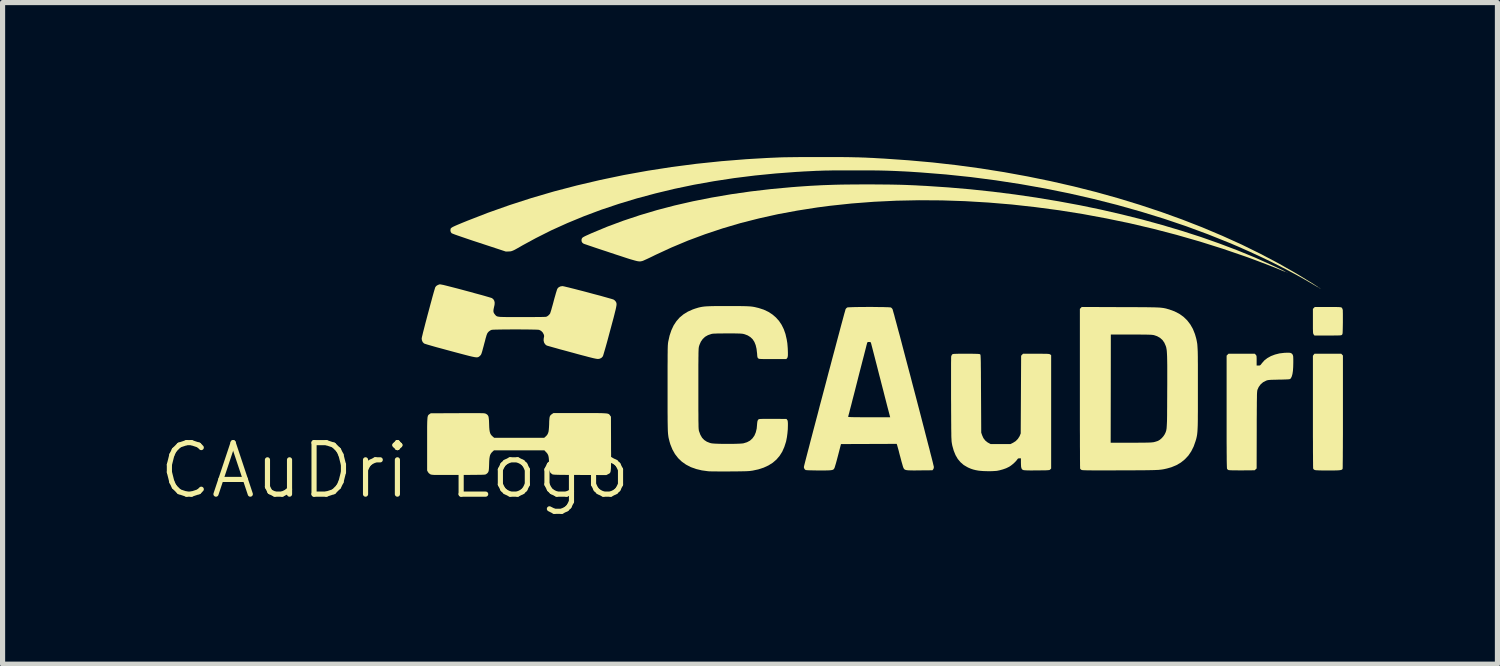
<source format=kicad_pcb>
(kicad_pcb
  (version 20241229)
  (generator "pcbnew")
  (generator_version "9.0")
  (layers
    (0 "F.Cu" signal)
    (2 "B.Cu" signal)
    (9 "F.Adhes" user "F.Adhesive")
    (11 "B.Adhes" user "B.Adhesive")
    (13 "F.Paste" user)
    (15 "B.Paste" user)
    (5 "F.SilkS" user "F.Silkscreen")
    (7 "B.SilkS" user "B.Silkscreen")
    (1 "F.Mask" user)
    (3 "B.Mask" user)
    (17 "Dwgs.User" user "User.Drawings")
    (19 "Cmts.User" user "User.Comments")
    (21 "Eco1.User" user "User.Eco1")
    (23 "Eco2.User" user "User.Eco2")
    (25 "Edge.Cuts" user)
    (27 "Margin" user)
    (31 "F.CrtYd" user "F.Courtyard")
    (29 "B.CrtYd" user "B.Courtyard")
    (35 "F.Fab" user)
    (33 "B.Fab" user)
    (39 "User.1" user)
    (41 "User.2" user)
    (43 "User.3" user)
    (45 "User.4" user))
  (footprint "CAuDri Logo"
    (layer "F.Cu")
    (at 4.621 6.59)
    (property "Reference" "CAuDri Logo" (at 0 -0.5 0) (unlocked yes) (layer "F.SilkS") (effects (font (size 1 1) (thickness 0.1))))
    (fp_poly (pts (xy 17.319 -4.353) (xy 17.316 -4.349) (xy 17.312 -4.353) (xy 17.316 -4.357)) (stroke (width 0) (type solid)) (fill yes) (layer "F.SilkS"))
    (fp_poly (pts (xy 17.334 -4.345) (xy 17.33 -4.342) (xy 17.327 -4.345) (xy 17.33 -4.349)) (stroke (width 0) (type solid)) (fill yes) (layer "F.SilkS"))
    (fp_poly (pts (xy 17.977 -4.035) (xy 17.973 -4.032) (xy 17.969 -4.035) (xy 17.973 -4.039)) (stroke (width 0) (type solid)) (fill yes) (layer "F.SilkS"))
    (fp_poly (pts (xy 17.953 -4.051) (xy 17.961 -4.044) (xy 17.962 -4.042) (xy 17.958 -4.039) (xy 17.951 -4.046) (xy 17.95 -4.048) (xy 17.949 -4.053)) (stroke (width 0) (type solid)) (fill yes) (layer "F.SilkS"))
    (fp_poly (pts (xy 18.188 -3.677) (xy 18.243 -3.677) (xy 18.287 -3.677) (xy 18.32 -3.676) (xy 18.344 -3.675) (xy 18.362 -3.673) (xy 18.374 -3.671) (xy 18.381 -3.669) (xy 18.387 -3.665) (xy 18.39 -3.663) (xy 18.401 -3.645) (xy 18.408 -3.624) (xy 18.41 -3.611) (xy 18.41 -3.585) (xy 18.411 -3.548) (xy 18.411 -3.503) (xy 18.411 -3.451) (xy 18.411 -3.395) (xy 18.411 -3.377) (xy 18.41 -3.314) (xy 18.409 -3.263) (xy 18.408 -3.224) (xy 18.407 -3.195) (xy 18.406 -3.174) (xy 18.404 -3.159) (xy 18.401 -3.15) (xy 18.398 -3.143) (xy 18.394 -3.139) (xy 18.39 -3.135) (xy 18.385 -3.132) (xy 18.377 -3.129) (xy 18.366 -3.127) (xy 18.349 -3.126) (xy 18.324 -3.125) (xy 18.291 -3.124) (xy 18.248 -3.124) (xy 18.194 -3.123) (xy 18.126 -3.123) (xy 18.12 -3.123) (xy 17.859 -3.123) (xy 17.844 -3.143) (xy 17.84 -3.149) (xy 17.837 -3.156) (xy 17.834 -3.165) (xy 17.832 -3.179) (xy 17.831 -3.198) (xy 17.83 -3.225) (xy 17.829 -3.261) (xy 17.829 -3.308) (xy 17.829 -3.367) (xy 17.829 -3.402) (xy 17.829 -3.641) (xy 17.847 -3.659) (xy 17.865 -3.677) (xy 18.12 -3.677)) (stroke (width 0) (type solid)) (fill yes) (layer "F.SilkS"))
    (fp_poly (pts (xy 18.396 -2.752) (xy 18.412 -2.735) (xy 18.412 -1.64) (xy 18.412 -1.479) (xy 18.412 -1.33) (xy 18.412 -1.193) (xy 18.411 -1.067) (xy 18.411 -0.955) (xy 18.41 -0.855) (xy 18.41 -0.767) (xy 18.409 -0.694) (xy 18.408 -0.633) (xy 18.408 -0.587) (xy 18.407 -0.554) (xy 18.406 -0.536) (xy 18.405 -0.532) (xy 18.399 -0.524) (xy 18.391 -0.518) (xy 18.379 -0.513) (xy 18.36 -0.509) (xy 18.335 -0.506) (xy 18.301 -0.504) (xy 18.257 -0.503) (xy 18.201 -0.503) (xy 18.133 -0.502) (xy 18.118 -0.502) (xy 18.048 -0.503) (xy 17.991 -0.503) (xy 17.947 -0.504) (xy 17.913 -0.506) (xy 17.888 -0.507) (xy 17.871 -0.51) (xy 17.861 -0.513) (xy 17.843 -0.525) (xy 17.834 -0.54) (xy 17.833 -0.549) (xy 17.833 -0.573) (xy 17.832 -0.609) (xy 17.832 -0.658) (xy 17.831 -0.718) (xy 17.831 -0.788) (xy 17.83 -0.869) (xy 17.83 -0.958) (xy 17.83 -1.055) (xy 17.829 -1.16) (xy 17.829 -1.271) (xy 17.829 -1.388) (xy 17.829 -1.51) (xy 17.829 -1.635) (xy 17.829 -1.644) (xy 17.829 -2.73) (xy 17.844 -2.75) (xy 17.859 -2.769) (xy 18.12 -2.769) (xy 18.38 -2.769)) (stroke (width 0) (type solid)) (fill yes) (layer "F.SilkS"))
    (fp_poly (pts (xy 17.37 -2.789) (xy 17.395 -2.785) (xy 17.412 -2.777) (xy 17.425 -2.766) (xy 17.434 -2.754) (xy 17.439 -2.743) (xy 17.443 -2.731) (xy 17.446 -2.716) (xy 17.447 -2.694) (xy 17.448 -2.663) (xy 17.448 -2.622) (xy 17.448 -2.599) (xy 17.446 -2.511) (xy 17.441 -2.437) (xy 17.432 -2.377) (xy 17.419 -2.33) (xy 17.403 -2.297) (xy 17.39 -2.282) (xy 17.383 -2.278) (xy 17.372 -2.275) (xy 17.354 -2.273) (xy 17.327 -2.271) (xy 17.291 -2.27) (xy 17.244 -2.268) (xy 17.184 -2.267) (xy 17.169 -2.267) (xy 17.107 -2.265) (xy 17.058 -2.264) (xy 17.021 -2.263) (xy 16.991 -2.261) (xy 16.969 -2.259) (xy 16.952 -2.256) (xy 16.938 -2.253) (xy 16.925 -2.248) (xy 16.92 -2.246) (xy 16.861 -2.216) (xy 16.813 -2.174) (xy 16.776 -2.123) (xy 16.753 -2.072) (xy 16.751 -2.065) (xy 16.749 -2.056) (xy 16.747 -2.045) (xy 16.746 -2.03) (xy 16.744 -2.011) (xy 16.743 -1.986) (xy 16.742 -1.956) (xy 16.742 -1.919) (xy 16.741 -1.873) (xy 16.74 -1.819) (xy 16.74 -1.756) (xy 16.739 -1.681) (xy 16.739 -1.596) (xy 16.738 -1.498) (xy 16.738 -1.387) (xy 16.738 -1.288) (xy 16.736 -0.541) (xy 16.717 -0.524) (xy 16.698 -0.506) (xy 16.453 -0.504) (xy 16.387 -0.504) (xy 16.327 -0.505) (xy 16.277 -0.505) (xy 16.236 -0.506) (xy 16.207 -0.508) (xy 16.191 -0.51) (xy 16.189 -0.51) (xy 16.171 -0.522) (xy 16.161 -0.536) (xy 16.16 -0.543) (xy 16.159 -0.558) (xy 16.158 -0.583) (xy 16.157 -0.617) (xy 16.156 -0.661) (xy 16.155 -0.715) (xy 16.155 -0.78) (xy 16.154 -0.856) (xy 16.154 -0.945) (xy 16.153 -1.045) (xy 16.153 -1.158) (xy 16.153 -1.285) (xy 16.153 -1.425) (xy 16.153 -1.579) (xy 16.153 -1.644) (xy 16.153 -2.733) (xy 16.171 -2.751) (xy 16.189 -2.769) (xy 16.444 -2.769) (xy 16.7 -2.769) (xy 16.718 -2.751) (xy 16.725 -2.743) (xy 16.73 -2.734) (xy 16.734 -2.722) (xy 16.735 -2.703) (xy 16.736 -2.675) (xy 16.736 -2.636) (xy 16.736 -2.54) (xy 16.771 -2.541) (xy 16.79 -2.541) (xy 16.803 -2.545) (xy 16.814 -2.554) (xy 16.828 -2.571) (xy 16.837 -2.584) (xy 16.885 -2.639) (xy 16.944 -2.685) (xy 17.014 -2.724) (xy 17.093 -2.754) (xy 17.18 -2.776) (xy 17.274 -2.787) (xy 17.288 -2.788) (xy 17.335 -2.789)) (stroke (width 0) (type solid)) (fill yes) (layer "F.SilkS"))
    (fp_poly (pts (xy 9.301 -6.058) (xy 9.422 -6.057) (xy 9.533 -6.056) (xy 9.636 -6.055) (xy 9.733 -6.053) (xy 9.827 -6.051) (xy 9.92 -6.048) (xy 10.014 -6.044) (xy 10.111 -6.04) (xy 10.214 -6.034) (xy 10.316 -6.029) (xy 10.749 -6) (xy 11.181 -5.963) (xy 11.612 -5.917) (xy 12.04 -5.863) (xy 12.465 -5.801) (xy 12.885 -5.731) (xy 13.301 -5.654) (xy 13.711 -5.569) (xy 14.115 -5.476) (xy 14.512 -5.377) (xy 14.901 -5.27) (xy 15.281 -5.157) (xy 15.651 -5.038) (xy 16.011 -4.911) (xy 16.36 -4.779) (xy 16.697 -4.641) (xy 17.021 -4.496) (xy 17.083 -4.467) (xy 17.149 -4.436) (xy 17.203 -4.41) (xy 17.246 -4.389) (xy 17.277 -4.373) (xy 17.295 -4.363) (xy 17.302 -4.358) (xy 17.296 -4.359) (xy 17.277 -4.366) (xy 17.245 -4.378) (xy 17.2 -4.397) (xy 17.198 -4.398) (xy 17.142 -4.421) (xy 17.075 -4.448) (xy 17 -4.477) (xy 16.918 -4.509) (xy 16.833 -4.541) (xy 16.747 -4.574) (xy 16.663 -4.605) (xy 16.583 -4.635) (xy 16.518 -4.658) (xy 16.077 -4.809) (xy 15.632 -4.949) (xy 15.183 -5.078) (xy 14.73 -5.196) (xy 14.275 -5.303) (xy 13.817 -5.398) (xy 13.359 -5.483) (xy 12.9 -5.556) (xy 12.441 -5.617) (xy 11.983 -5.668) (xy 11.528 -5.706) (xy 11.074 -5.733) (xy 10.624 -5.748) (xy 10.178 -5.751) (xy 9.737 -5.742) (xy 9.301 -5.721) (xy 8.871 -5.688) (xy 8.449 -5.643) (xy 8.204 -5.611) (xy 7.816 -5.55) (xy 7.438 -5.48) (xy 7.07 -5.398) (xy 6.712 -5.307) (xy 6.363 -5.204) (xy 6.024 -5.091) (xy 5.693 -4.968) (xy 5.371 -4.833) (xy 5.057 -4.688) (xy 5.029 -4.674) (xy 4.978 -4.649) (xy 4.93 -4.626) (xy 4.887 -4.606) (xy 4.851 -4.59) (xy 4.825 -4.578) (xy 4.808 -4.572) (xy 4.807 -4.571) (xy 4.793 -4.568) (xy 4.779 -4.565) (xy 4.766 -4.563) (xy 4.75 -4.563) (xy 4.733 -4.564) (xy 4.712 -4.567) (xy 4.686 -4.573) (xy 4.655 -4.581) (xy 4.617 -4.592) (xy 4.571 -4.605) (xy 4.517 -4.622) (xy 4.453 -4.643) (xy 4.378 -4.668) (xy 4.291 -4.696) (xy 4.192 -4.729) (xy 4.189 -4.73) (xy 4.106 -4.758) (xy 4.026 -4.784) (xy 3.951 -4.809) (xy 3.882 -4.832) (xy 3.821 -4.853) (xy 3.767 -4.871) (xy 3.724 -4.886) (xy 3.691 -4.897) (xy 3.67 -4.905) (xy 3.662 -4.908) (xy 3.639 -4.926) (xy 3.625 -4.953) (xy 3.623 -4.984) (xy 3.631 -5.009) (xy 3.636 -5.017) (xy 3.645 -5.026) (xy 3.66 -5.036) (xy 3.682 -5.048) (xy 3.713 -5.063) (xy 3.753 -5.081) (xy 3.806 -5.105) (xy 3.829 -5.115) (xy 4.127 -5.239) (xy 4.437 -5.354) (xy 4.758 -5.461) (xy 5.091 -5.56) (xy 5.435 -5.65) (xy 5.789 -5.731) (xy 6.153 -5.803) (xy 6.528 -5.867) (xy 6.912 -5.922) (xy 7.305 -5.968) (xy 7.708 -6.005) (xy 7.824 -6.014) (xy 7.951 -6.023) (xy 8.071 -6.031) (xy 8.186 -6.037) (xy 8.298 -6.043) (xy 8.41 -6.047) (xy 8.524 -6.051) (xy 8.641 -6.054) (xy 8.765 -6.056) (xy 8.898 -6.057) (xy 9.041 -6.058) (xy 9.168 -6.058)) (stroke (width 0) (type solid)) (fill yes) (layer "F.SilkS"))
    (fp_poly (pts (xy 12.522 -2.769) (xy 12.578 -2.769) (xy 12.621 -2.768) (xy 12.655 -2.768) (xy 12.68 -2.767) (xy 12.698 -2.765) (xy 12.71 -2.763) (xy 12.719 -2.76) (xy 12.725 -2.757) (xy 12.728 -2.755) (xy 12.745 -2.741) (xy 12.745 -1.64) (xy 12.745 -0.54) (xy 12.728 -0.523) (xy 12.723 -0.518) (xy 12.718 -0.514) (xy 12.71 -0.511) (xy 12.698 -0.509) (xy 12.681 -0.508) (xy 12.657 -0.506) (xy 12.624 -0.505) (xy 12.58 -0.505) (xy 12.525 -0.504) (xy 12.474 -0.504) (xy 12.393 -0.503) (xy 12.328 -0.503) (xy 12.276 -0.504) (xy 12.239 -0.506) (xy 12.215 -0.508) (xy 12.207 -0.51) (xy 12.189 -0.517) (xy 12.176 -0.53) (xy 12.167 -0.549) (xy 12.161 -0.577) (xy 12.159 -0.617) (xy 12.158 -0.653) (xy 12.158 -0.738) (xy 12.129 -0.738) (xy 12.109 -0.737) (xy 12.095 -0.728) (xy 12.085 -0.713) (xy 12.065 -0.688) (xy 12.036 -0.658) (xy 12.002 -0.627) (xy 11.965 -0.598) (xy 11.931 -0.575) (xy 11.925 -0.572) (xy 11.872 -0.546) (xy 11.81 -0.524) (xy 11.745 -0.506) (xy 11.691 -0.495) (xy 11.65 -0.492) (xy 11.599 -0.489) (xy 11.541 -0.488) (xy 11.482 -0.489) (xy 11.424 -0.491) (xy 11.373 -0.495) (xy 11.335 -0.499) (xy 11.279 -0.509) (xy 11.231 -0.521) (xy 11.186 -0.536) (xy 11.139 -0.556) (xy 11.117 -0.567) (xy 11.046 -0.609) (xy 10.985 -0.662) (xy 10.932 -0.725) (xy 10.888 -0.8) (xy 10.853 -0.886) (xy 10.825 -0.985) (xy 10.817 -1.028) (xy 10.815 -1.04) (xy 10.813 -1.054) (xy 10.811 -1.07) (xy 10.81 -1.09) (xy 10.809 -1.114) (xy 10.807 -1.143) (xy 10.806 -1.178) (xy 10.806 -1.221) (xy 10.805 -1.271) (xy 10.804 -1.329) (xy 10.804 -1.398) (xy 10.803 -1.476) (xy 10.803 -1.567) (xy 10.802 -1.669) (xy 10.802 -1.784) (xy 10.801 -1.894) (xy 10.801 -2.002) (xy 10.801 -2.106) (xy 10.801 -2.205) (xy 10.801 -2.298) (xy 10.801 -2.385) (xy 10.801 -2.463) (xy 10.801 -2.533) (xy 10.801 -2.593) (xy 10.802 -2.642) (xy 10.802 -2.68) (xy 10.803 -2.705) (xy 10.803 -2.716) (xy 10.803 -2.716) (xy 10.811 -2.738) (xy 10.822 -2.755) (xy 10.827 -2.758) (xy 10.832 -2.762) (xy 10.841 -2.764) (xy 10.855 -2.766) (xy 10.874 -2.767) (xy 10.902 -2.768) (xy 10.938 -2.769) (xy 10.985 -2.769) (xy 11.044 -2.769) (xy 11.093 -2.769) (xy 11.164 -2.769) (xy 11.222 -2.769) (xy 11.267 -2.768) (xy 11.302 -2.767) (xy 11.328 -2.766) (xy 11.346 -2.764) (xy 11.358 -2.762) (xy 11.364 -2.759) (xy 11.365 -2.759) (xy 11.367 -2.757) (xy 11.369 -2.753) (xy 11.371 -2.749) (xy 11.373 -2.741) (xy 11.374 -2.73) (xy 11.375 -2.714) (xy 11.376 -2.693) (xy 11.377 -2.666) (xy 11.378 -2.632) (xy 11.379 -2.59) (xy 11.379 -2.539) (xy 11.38 -2.478) (xy 11.381 -2.408) (xy 11.381 -2.326) (xy 11.382 -2.232) (xy 11.382 -2.124) (xy 11.383 -2.003) (xy 11.383 -1.992) (xy 11.387 -1.237) (xy 11.404 -1.187) (xy 11.429 -1.131) (xy 11.465 -1.084) (xy 11.509 -1.048) (xy 11.527 -1.038) (xy 11.57 -1.015) (xy 11.763 -1.015) (xy 11.955 -1.015) (xy 12.005 -1.04) (xy 12.056 -1.072) (xy 12.099 -1.116) (xy 12.131 -1.166) (xy 12.138 -1.182) (xy 12.154 -1.222) (xy 12.158 -1.977) (xy 12.162 -2.731) (xy 12.18 -2.75) (xy 12.198 -2.769) (xy 12.454 -2.769)) (stroke (width 0) (type solid)) (fill yes) (layer "F.SilkS"))
    (fp_poly (pts (xy 8.379 -6.59) (xy 8.494 -6.59) (xy 8.596 -6.589) (xy 8.69 -6.589) (xy 8.775 -6.588) (xy 8.853 -6.587) (xy 8.927 -6.585) (xy 8.999 -6.584) (xy 9.068 -6.581) (xy 9.139 -6.579) (xy 9.211 -6.575) (xy 9.287 -6.572) (xy 9.368 -6.567) (xy 9.457 -6.562) (xy 9.496 -6.56) (xy 9.971 -6.527) (xy 10.442 -6.485) (xy 10.91 -6.432) (xy 11.375 -6.369) (xy 11.834 -6.296) (xy 12.289 -6.213) (xy 12.738 -6.121) (xy 13.181 -6.02) (xy 13.617 -5.91) (xy 14.046 -5.79) (xy 14.468 -5.661) (xy 14.881 -5.524) (xy 15.286 -5.378) (xy 15.681 -5.224) (xy 16.067 -5.061) (xy 16.443 -4.891) (xy 16.807 -4.712) (xy 17.161 -4.525) (xy 17.502 -4.331) (xy 17.748 -4.181) (xy 17.808 -4.144) (xy 17.855 -4.114) (xy 17.892 -4.09) (xy 17.918 -4.073) (xy 17.934 -4.062) (xy 17.94 -4.056) (xy 17.94 -4.054) (xy 17.932 -4.058) (xy 17.915 -4.068) (xy 17.889 -4.083) (xy 17.857 -4.102) (xy 17.836 -4.114) (xy 17.654 -4.22) (xy 17.458 -4.328) (xy 17.253 -4.436) (xy 17.04 -4.544) (xy 16.82 -4.65) (xy 16.597 -4.753) (xy 16.372 -4.853) (xy 16.212 -4.921) (xy 15.795 -5.088) (xy 15.368 -5.246) (xy 14.93 -5.394) (xy 14.484 -5.531) (xy 14.03 -5.659) (xy 13.569 -5.776) (xy 13.101 -5.883) (xy 12.628 -5.979) (xy 12.151 -6.064) (xy 11.669 -6.138) (xy 11.185 -6.201) (xy 10.698 -6.252) (xy 10.21 -6.291) (xy 9.984 -6.306) (xy 9.89 -6.311) (xy 9.803 -6.315) (xy 9.72 -6.319) (xy 9.639 -6.322) (xy 9.559 -6.325) (xy 9.476 -6.327) (xy 9.39 -6.329) (xy 9.298 -6.33) (xy 9.198 -6.331) (xy 9.088 -6.331) (xy 8.966 -6.331) (xy 8.913 -6.331) (xy 8.791 -6.331) (xy 8.682 -6.331) (xy 8.584 -6.33) (xy 8.495 -6.33) (xy 8.412 -6.328) (xy 8.334 -6.327) (xy 8.258 -6.324) (xy 8.184 -6.322) (xy 8.108 -6.318) (xy 8.029 -6.314) (xy 7.944 -6.31) (xy 7.852 -6.304) (xy 7.809 -6.302) (xy 7.396 -6.271) (xy 6.99 -6.231) (xy 6.589 -6.181) (xy 6.196 -6.121) (xy 5.809 -6.052) (xy 5.431 -5.973) (xy 5.061 -5.884) (xy 4.699 -5.787) (xy 4.346 -5.68) (xy 4.003 -5.565) (xy 3.67 -5.44) (xy 3.348 -5.307) (xy 3.036 -5.166) (xy 2.736 -5.015) (xy 2.482 -4.877) (xy 2.425 -4.844) (xy 2.379 -4.818) (xy 2.343 -4.798) (xy 2.315 -4.783) (xy 2.292 -4.773) (xy 2.274 -4.766) (xy 2.258 -4.761) (xy 2.243 -4.758) (xy 2.227 -4.757) (xy 2.211 -4.756) (xy 2.154 -4.754) (xy 1.635 -4.925) (xy 1.528 -4.96) (xy 1.433 -4.992) (xy 1.348 -5.021) (xy 1.275 -5.046) (xy 1.214 -5.067) (xy 1.166 -5.084) (xy 1.13 -5.098) (xy 1.108 -5.107) (xy 1.099 -5.112) (xy 1.083 -5.135) (xy 1.077 -5.165) (xy 1.081 -5.195) (xy 1.082 -5.198) (xy 1.086 -5.205) (xy 1.093 -5.212) (xy 1.104 -5.22) (xy 1.12 -5.23) (xy 1.142 -5.241) (xy 1.172 -5.255) (xy 1.211 -5.272) (xy 1.259 -5.292) (xy 1.319 -5.317) (xy 1.391 -5.346) (xy 1.4 -5.35) (xy 1.807 -5.508) (xy 2.225 -5.656) (xy 2.652 -5.794) (xy 3.089 -5.922) (xy 3.533 -6.038) (xy 3.985 -6.144) (xy 4.444 -6.24) (xy 4.91 -6.324) (xy 5.381 -6.397) (xy 5.858 -6.459) (xy 6.338 -6.509) (xy 6.823 -6.548) (xy 7.023 -6.56) (xy 7.114 -6.565) (xy 7.197 -6.57) (xy 7.273 -6.574) (xy 7.345 -6.577) (xy 7.414 -6.58) (xy 7.482 -6.583) (xy 7.55 -6.585) (xy 7.62 -6.586) (xy 7.694 -6.587) (xy 7.774 -6.588) (xy 7.86 -6.589) (xy 7.956 -6.59) (xy 8.062 -6.59) (xy 8.179 -6.59) (xy 8.252 -6.59)) (stroke (width 0) (type solid)) (fill yes) (layer "F.SilkS"))
    (fp_poly (pts (xy 3.787 -1.617) (xy 3.864 -1.617) (xy 3.929 -1.617) (xy 3.984 -1.616) (xy 4.029 -1.615) (xy 4.065 -1.613) (xy 4.094 -1.611) (xy 4.116 -1.609) (xy 4.134 -1.605) (xy 4.146 -1.601) (xy 4.156 -1.596) (xy 4.163 -1.59) (xy 4.169 -1.583) (xy 4.175 -1.575) (xy 4.178 -1.57) (xy 4.195 -1.547) (xy 4.197 -1.023) (xy 4.197 -0.918) (xy 4.198 -0.828) (xy 4.198 -0.75) (xy 4.198 -0.684) (xy 4.197 -0.628) (xy 4.196 -0.582) (xy 4.195 -0.545) (xy 4.192 -0.515) (xy 4.19 -0.492) (xy 4.186 -0.475) (xy 4.181 -0.462) (xy 4.175 -0.453) (xy 4.168 -0.446) (xy 4.16 -0.441) (xy 4.15 -0.436) (xy 4.139 -0.43) (xy 4.139 -0.43) (xy 4.106 -0.413) (xy 3.588 -0.415) (xy 3.488 -0.416) (xy 3.402 -0.416) (xy 3.328 -0.416) (xy 3.266 -0.417) (xy 3.215 -0.417) (xy 3.173 -0.418) (xy 3.139 -0.419) (xy 3.113 -0.42) (xy 3.093 -0.421) (xy 3.078 -0.423) (xy 3.068 -0.424) (xy 3.06 -0.426) (xy 3.055 -0.429) (xy 3.051 -0.432) (xy 3.049 -0.433) (xy 3.033 -0.446) (xy 3.02 -0.458) (xy 3.011 -0.472) (xy 3.004 -0.491) (xy 3 -0.515) (xy 2.997 -0.548) (xy 2.995 -0.593) (xy 2.994 -0.626) (xy 2.992 -0.684) (xy 2.989 -0.729) (xy 2.985 -0.763) (xy 2.979 -0.79) (xy 2.97 -0.812) (xy 2.959 -0.831) (xy 2.944 -0.85) (xy 2.935 -0.858) (xy 2.902 -0.894) (xy 2.413 -0.894) (xy 1.924 -0.894) (xy 1.896 -0.868) (xy 1.876 -0.848) (xy 1.861 -0.827) (xy 1.849 -0.803) (xy 1.841 -0.773) (xy 1.835 -0.736) (xy 1.831 -0.689) (xy 1.829 -0.629) (xy 1.829 -0.626) (xy 1.827 -0.574) (xy 1.825 -0.534) (xy 1.822 -0.505) (xy 1.817 -0.483) (xy 1.809 -0.467) (xy 1.799 -0.453) (xy 1.785 -0.441) (xy 1.774 -0.433) (xy 1.77 -0.43) (xy 1.765 -0.427) (xy 1.758 -0.425) (xy 1.748 -0.423) (xy 1.735 -0.421) (xy 1.717 -0.42) (xy 1.692 -0.419) (xy 1.661 -0.418) (xy 1.621 -0.418) (xy 1.573 -0.417) (xy 1.514 -0.417) (xy 1.444 -0.416) (xy 1.361 -0.416) (xy 1.265 -0.415) (xy 1.235 -0.415) (xy 1.135 -0.415) (xy 1.049 -0.415) (xy 0.975 -0.415) (xy 0.913 -0.415) (xy 0.861 -0.415) (xy 0.819 -0.415) (xy 0.785 -0.416) (xy 0.758 -0.416) (xy 0.737 -0.418) (xy 0.722 -0.419) (xy 0.71 -0.421) (xy 0.701 -0.423) (xy 0.694 -0.425) (xy 0.688 -0.428) (xy 0.687 -0.428) (xy 0.657 -0.45) (xy 0.641 -0.472) (xy 0.625 -0.501) (xy 0.625 -1.015) (xy 0.625 -1.118) (xy 0.625 -1.207) (xy 0.625 -1.284) (xy 0.625 -1.349) (xy 0.626 -1.403) (xy 0.627 -1.448) (xy 0.629 -1.484) (xy 0.631 -1.513) (xy 0.633 -1.535) (xy 0.637 -1.552) (xy 0.641 -1.565) (xy 0.646 -1.575) (xy 0.652 -1.582) (xy 0.659 -1.588) (xy 0.667 -1.594) (xy 0.672 -1.597) (xy 0.695 -1.613) (xy 1.218 -1.615) (xy 1.318 -1.616) (xy 1.405 -1.616) (xy 1.479 -1.616) (xy 1.542 -1.616) (xy 1.594 -1.616) (xy 1.636 -1.616) (xy 1.671 -1.615) (xy 1.698 -1.615) (xy 1.718 -1.614) (xy 1.734 -1.612) (xy 1.745 -1.611) (xy 1.754 -1.609) (xy 1.76 -1.606) (xy 1.766 -1.603) (xy 1.769 -1.602) (xy 1.787 -1.591) (xy 1.8 -1.579) (xy 1.81 -1.564) (xy 1.818 -1.544) (xy 1.822 -1.516) (xy 1.826 -1.479) (xy 1.828 -1.431) (xy 1.829 -1.403) (xy 1.831 -1.343) (xy 1.835 -1.294) (xy 1.841 -1.257) (xy 1.849 -1.227) (xy 1.861 -1.203) (xy 1.877 -1.182) (xy 1.897 -1.163) (xy 1.897 -1.163) (xy 1.927 -1.137) (xy 2.413 -1.137) (xy 2.899 -1.137) (xy 2.928 -1.163) (xy 2.948 -1.183) (xy 2.963 -1.204) (xy 2.974 -1.228) (xy 2.983 -1.257) (xy 2.988 -1.295) (xy 2.992 -1.342) (xy 2.995 -1.402) (xy 2.995 -1.404) (xy 2.996 -1.457) (xy 2.999 -1.497) (xy 3.002 -1.527) (xy 3.007 -1.549) (xy 3.015 -1.566) (xy 3.026 -1.579) (xy 3.041 -1.592) (xy 3.054 -1.601) (xy 3.078 -1.617) (xy 3.595 -1.617) (xy 3.698 -1.617)) (stroke (width 0) (type solid)) (fill yes) (layer "F.SilkS"))
    (fp_poly (pts (xy 14.091 -3.675) (xy 14.216 -3.675) (xy 14.328 -3.675) (xy 14.427 -3.674) (xy 14.515 -3.674) (xy 14.591 -3.673) (xy 14.657 -3.672) (xy 14.714 -3.671) (xy 14.764 -3.67) (xy 14.806 -3.668) (xy 14.842 -3.667) (xy 14.873 -3.664) (xy 14.9 -3.661) (xy 14.924 -3.658) (xy 14.945 -3.654) (xy 14.965 -3.65) (xy 14.985 -3.645) (xy 15.005 -3.639) (xy 15.027 -3.633) (xy 15.038 -3.63) (xy 15.14 -3.593) (xy 15.232 -3.546) (xy 15.314 -3.488) (xy 15.386 -3.419) (xy 15.447 -3.34) (xy 15.498 -3.251) (xy 15.538 -3.151) (xy 15.558 -3.082) (xy 15.564 -3.059) (xy 15.569 -3.037) (xy 15.573 -3.016) (xy 15.577 -2.995) (xy 15.581 -2.973) (xy 15.584 -2.949) (xy 15.586 -2.921) (xy 15.588 -2.89) (xy 15.59 -2.854) (xy 15.592 -2.811) (xy 15.593 -2.762) (xy 15.594 -2.705) (xy 15.594 -2.64) (xy 15.595 -2.565) (xy 15.595 -2.479) (xy 15.595 -2.381) (xy 15.595 -2.271) (xy 15.595 -2.148) (xy 15.595 -2.09) (xy 15.595 -1.959) (xy 15.595 -1.842) (xy 15.595 -1.737) (xy 15.595 -1.645) (xy 15.594 -1.564) (xy 15.594 -1.493) (xy 15.593 -1.431) (xy 15.592 -1.378) (xy 15.59 -1.331) (xy 15.588 -1.291) (xy 15.586 -1.257) (xy 15.583 -1.227) (xy 15.58 -1.2) (xy 15.576 -1.177) (xy 15.572 -1.155) (xy 15.567 -1.134) (xy 15.562 -1.112) (xy 15.555 -1.09) (xy 15.55 -1.073) (xy 15.513 -0.968) (xy 15.466 -0.874) (xy 15.409 -0.79) (xy 15.341 -0.718) (xy 15.264 -0.656) (xy 15.177 -0.605) (xy 15.08 -0.565) (xy 15.017 -0.547) (xy 14.992 -0.54) (xy 14.969 -0.535) (xy 14.948 -0.53) (xy 14.927 -0.526) (xy 14.905 -0.522) (xy 14.881 -0.519) (xy 14.855 -0.516) (xy 14.825 -0.513) (xy 14.79 -0.512) (xy 14.75 -0.51) (xy 14.702 -0.509) (xy 14.648 -0.508) (xy 14.584 -0.507) (xy 14.511 -0.506) (xy 14.427 -0.506) (xy 14.331 -0.505) (xy 14.222 -0.505) (xy 14.1 -0.505) (xy 14.089 -0.505) (xy 13.966 -0.504) (xy 13.857 -0.504) (xy 13.761 -0.504) (xy 13.677 -0.504) (xy 13.605 -0.504) (xy 13.543 -0.504) (xy 13.492 -0.505) (xy 13.449 -0.505) (xy 13.414 -0.506) (xy 13.387 -0.507) (xy 13.367 -0.508) (xy 13.352 -0.509) (xy 13.341 -0.511) (xy 13.335 -0.512) (xy 13.335 -0.513) (xy 13.317 -0.525) (xy 13.307 -0.54) (xy 13.307 -0.549) (xy 13.307 -0.572) (xy 13.306 -0.609) (xy 13.306 -0.658) (xy 13.305 -0.719) (xy 13.305 -0.791) (xy 13.305 -0.874) (xy 13.304 -0.967) (xy 13.304 -1.041) (xy 13.901 -1.041) (xy 14.294 -1.041) (xy 14.386 -1.041) (xy 14.464 -1.042) (xy 14.529 -1.042) (xy 14.584 -1.043) (xy 14.629 -1.044) (xy 14.664 -1.045) (xy 14.692 -1.047) (xy 14.714 -1.049) (xy 14.731 -1.051) (xy 14.737 -1.052) (xy 14.768 -1.06) (xy 14.8 -1.07) (xy 14.82 -1.077) (xy 14.857 -1.099) (xy 14.894 -1.131) (xy 14.927 -1.169) (xy 14.951 -1.206) (xy 14.958 -1.221) (xy 14.965 -1.235) (xy 14.97 -1.248) (xy 14.975 -1.262) (xy 14.98 -1.278) (xy 14.983 -1.296) (xy 14.987 -1.318) (xy 14.989 -1.345) (xy 14.991 -1.377) (xy 14.993 -1.415) (xy 14.995 -1.461) (xy 14.996 -1.516) (xy 14.997 -1.579) (xy 14.997 -1.653) (xy 14.998 -1.738) (xy 14.998 -1.836) (xy 14.999 -1.946) (xy 14.999 -2.034) (xy 15 -2.162) (xy 15 -2.275) (xy 15 -2.375) (xy 15 -2.464) (xy 15 -2.541) (xy 14.999 -2.608) (xy 14.998 -2.666) (xy 14.997 -2.716) (xy 14.995 -2.758) (xy 14.993 -2.793) (xy 14.991 -2.823) (xy 14.988 -2.849) (xy 14.984 -2.87) (xy 14.981 -2.889) (xy 14.976 -2.905) (xy 14.971 -2.921) (xy 14.971 -2.921) (xy 14.943 -2.985) (xy 14.906 -3.037) (xy 14.86 -3.078) (xy 14.803 -3.11) (xy 14.748 -3.129) (xy 14.737 -3.132) (xy 14.723 -3.134) (xy 14.707 -3.136) (xy 14.687 -3.138) (xy 14.661 -3.139) (xy 14.628 -3.14) (xy 14.587 -3.141) (xy 14.537 -3.141) (xy 14.476 -3.142) (xy 14.403 -3.142) (xy 14.316 -3.142) (xy 14.303 -3.142) (xy 13.904 -3.142) (xy 13.903 -2.092) (xy 13.901 -1.041) (xy 13.304 -1.041) (xy 13.304 -1.069) (xy 13.304 -1.18) (xy 13.303 -1.298) (xy 13.303 -1.424) (xy 13.303 -1.556) (xy 13.303 -1.694) (xy 13.303 -1.837) (xy 13.303 -1.984) (xy 13.303 -2.099) (xy 13.303 -3.641) (xy 13.321 -3.659) (xy 13.339 -3.678)) (stroke (width 0) (type solid)) (fill yes) (layer "F.SilkS"))
    (fp_poly (pts (xy 9.288 -3.678) (xy 9.356 -3.677) (xy 9.42 -3.676) (xy 9.478 -3.676) (xy 9.53 -3.674) (xy 9.573 -3.673) (xy 9.605 -3.671) (xy 9.626 -3.669) (xy 9.633 -3.668) (xy 9.649 -3.655) (xy 9.663 -3.637) (xy 9.663 -3.637) (xy 9.667 -3.627) (xy 9.673 -3.604) (xy 9.683 -3.568) (xy 9.697 -3.521) (xy 9.712 -3.462) (xy 9.731 -3.393) (xy 9.752 -3.315) (xy 9.775 -3.228) (xy 9.801 -3.134) (xy 9.828 -3.032) (xy 9.856 -2.924) (xy 9.886 -2.81) (xy 9.917 -2.692) (xy 9.949 -2.571) (xy 9.982 -2.446) (xy 10.016 -2.319) (xy 10.049 -2.191) (xy 10.083 -2.062) (xy 10.117 -1.933) (xy 10.15 -1.806) (xy 10.183 -1.68) (xy 10.215 -1.557) (xy 10.246 -1.437) (xy 10.276 -1.322) (xy 10.304 -1.212) (xy 10.331 -1.108) (xy 10.356 -1.011) (xy 10.38 -0.921) (xy 10.4 -0.839) (xy 10.419 -0.767) (xy 10.435 -0.704) (xy 10.448 -0.652) (xy 10.457 -0.612) (xy 10.464 -0.585) (xy 10.467 -0.57) (xy 10.467 -0.568) (xy 10.463 -0.542) (xy 10.453 -0.523) (xy 10.439 -0.506) (xy 10.189 -0.504) (xy 10.116 -0.503) (xy 10.057 -0.503) (xy 10.009 -0.504) (xy 9.972 -0.505) (xy 9.943 -0.508) (xy 9.922 -0.512) (xy 9.906 -0.518) (xy 9.895 -0.525) (xy 9.887 -0.535) (xy 9.879 -0.546) (xy 9.876 -0.554) (xy 9.87 -0.568) (xy 9.862 -0.594) (xy 9.852 -0.63) (xy 9.839 -0.674) (xy 9.826 -0.724) (xy 9.812 -0.777) (xy 9.81 -0.783) (xy 9.796 -0.836) (xy 9.784 -0.885) (xy 9.772 -0.928) (xy 9.762 -0.964) (xy 9.755 -0.989) (xy 9.751 -1.002) (xy 9.751 -1.003) (xy 9.744 -1.019) (xy 9.204 -1.017) (xy 8.663 -1.015) (xy 8.606 -0.794) (xy 8.591 -0.738) (xy 8.577 -0.685) (xy 8.564 -0.638) (xy 8.552 -0.599) (xy 8.543 -0.569) (xy 8.537 -0.551) (xy 8.535 -0.547) (xy 8.528 -0.536) (xy 8.521 -0.526) (xy 8.511 -0.519) (xy 8.497 -0.513) (xy 8.478 -0.509) (xy 8.452 -0.506) (xy 8.417 -0.504) (xy 8.372 -0.503) (xy 8.316 -0.503) (xy 8.247 -0.503) (xy 8.236 -0.503) (xy 8.177 -0.503) (xy 8.122 -0.504) (xy 8.073 -0.505) (xy 8.032 -0.506) (xy 8.002 -0.508) (xy 7.983 -0.51) (xy 7.978 -0.51) (xy 7.959 -0.525) (xy 7.946 -0.548) (xy 7.942 -0.568) (xy 7.944 -0.578) (xy 7.949 -0.6) (xy 7.958 -0.636) (xy 7.97 -0.683) (xy 7.985 -0.741) (xy 8.003 -0.81) (xy 8.023 -0.887) (xy 8.046 -0.974) (xy 8.07 -1.068) (xy 8.097 -1.17) (xy 8.125 -1.277) (xy 8.155 -1.39) (xy 8.186 -1.508) (xy 8.196 -1.545) (xy 8.802 -1.545) (xy 8.804 -1.543) (xy 8.813 -1.541) (xy 8.828 -1.54) (xy 8.852 -1.539) (xy 8.885 -1.538) (xy 8.928 -1.537) (xy 8.982 -1.537) (xy 9.049 -1.536) (xy 9.128 -1.536) (xy 9.209 -1.536) (xy 9.619 -1.536) (xy 9.614 -1.551) (xy 9.612 -1.561) (xy 9.606 -1.583) (xy 9.597 -1.618) (xy 9.585 -1.664) (xy 9.57 -1.72) (xy 9.553 -1.786) (xy 9.534 -1.86) (xy 9.513 -1.941) (xy 9.491 -2.029) (xy 9.467 -2.121) (xy 9.442 -2.218) (xy 9.433 -2.255) (xy 9.407 -2.353) (xy 9.383 -2.448) (xy 9.36 -2.538) (xy 9.338 -2.623) (xy 9.318 -2.701) (xy 9.3 -2.771) (xy 9.284 -2.832) (xy 9.271 -2.883) (xy 9.26 -2.924) (xy 9.253 -2.952) (xy 9.249 -2.968) (xy 9.248 -2.97) (xy 9.243 -2.987) (xy 9.235 -2.995) (xy 9.22 -2.998) (xy 9.208 -2.998) (xy 9.188 -2.997) (xy 9.177 -2.992) (xy 9.171 -2.98) (xy 9.168 -2.97) (xy 9.166 -2.959) (xy 9.159 -2.935) (xy 9.15 -2.898) (xy 9.138 -2.851) (xy 9.123 -2.793) (xy 9.106 -2.726) (xy 9.086 -2.65) (xy 9.065 -2.568) (xy 9.042 -2.479) (xy 9.018 -2.386) (xy 8.993 -2.288) (xy 8.983 -2.248) (xy 8.958 -2.15) (xy 8.934 -2.055) (xy 8.911 -1.966) (xy 8.889 -1.882) (xy 8.87 -1.806) (xy 8.852 -1.737) (xy 8.836 -1.677) (xy 8.824 -1.627) (xy 8.813 -1.588) (xy 8.806 -1.561) (xy 8.803 -1.547) (xy 8.802 -1.545) (xy 8.196 -1.545) (xy 8.218 -1.629) (xy 8.25 -1.754) (xy 8.284 -1.881) (xy 8.318 -2.009) (xy 8.352 -2.137) (xy 8.386 -2.266) (xy 8.419 -2.393) (xy 8.453 -2.519) (xy 8.485 -2.641) (xy 8.517 -2.761) (xy 8.548 -2.876) (xy 8.577 -2.986) (xy 8.605 -3.091) (xy 8.631 -3.188) (xy 8.655 -3.279) (xy 8.677 -3.361) (xy 8.697 -3.434) (xy 8.714 -3.497) (xy 8.728 -3.549) (xy 8.74 -3.59) (xy 8.748 -3.619) (xy 8.752 -3.634) (xy 8.753 -3.637) (xy 8.768 -3.655) (xy 8.784 -3.668) (xy 8.784 -3.668) (xy 8.796 -3.67) (xy 8.82 -3.672) (xy 8.856 -3.673) (xy 8.902 -3.675) (xy 8.956 -3.676) (xy 9.016 -3.677) (xy 9.081 -3.677) (xy 9.15 -3.678) (xy 9.219 -3.678)) (stroke (width 0) (type solid)) (fill yes) (layer "F.SilkS"))
    (fp_poly (pts (xy 0.891 -4.115) (xy 0.911 -4.111) (xy 0.939 -4.106) (xy 0.975 -4.097) (xy 1.019 -4.086) (xy 1.074 -4.072) (xy 1.14 -4.055) (xy 1.218 -4.035) (xy 1.308 -4.011) (xy 1.382 -3.991) (xy 1.465 -3.969) (xy 1.543 -3.947) (xy 1.617 -3.927) (xy 1.684 -3.909) (xy 1.744 -3.892) (xy 1.795 -3.877) (xy 1.836 -3.865) (xy 1.866 -3.856) (xy 1.883 -3.85) (xy 1.887 -3.848) (xy 1.914 -3.824) (xy 1.93 -3.795) (xy 1.937 -3.76) (xy 1.934 -3.718) (xy 1.924 -3.675) (xy 1.915 -3.631) (xy 1.912 -3.597) (xy 1.917 -3.57) (xy 1.93 -3.546) (xy 1.941 -3.533) (xy 1.949 -3.522) (xy 1.957 -3.514) (xy 1.965 -3.506) (xy 1.974 -3.5) (xy 1.986 -3.495) (xy 2.001 -3.491) (xy 2.021 -3.488) (xy 2.047 -3.485) (xy 2.08 -3.484) (xy 2.121 -3.483) (xy 2.171 -3.482) (xy 2.232 -3.482) (xy 2.305 -3.482) (xy 2.39 -3.482) (xy 2.463 -3.482) (xy 2.544 -3.482) (xy 2.621 -3.482) (xy 2.693 -3.482) (xy 2.758 -3.483) (xy 2.815 -3.483) (xy 2.863 -3.484) (xy 2.9 -3.485) (xy 2.925 -3.486) (xy 2.937 -3.487) (xy 2.937 -3.487) (xy 2.963 -3.5) (xy 2.989 -3.521) (xy 3.009 -3.545) (xy 3.014 -3.552) (xy 3.018 -3.565) (xy 3.026 -3.589) (xy 3.037 -3.624) (xy 3.049 -3.668) (xy 3.063 -3.717) (xy 3.078 -3.772) (xy 3.083 -3.792) (xy 3.098 -3.848) (xy 3.113 -3.899) (xy 3.126 -3.946) (xy 3.138 -3.984) (xy 3.147 -4.013) (xy 3.154 -4.03) (xy 3.155 -4.033) (xy 3.178 -4.059) (xy 3.211 -4.076) (xy 3.249 -4.083) (xy 3.253 -4.083) (xy 3.266 -4.081) (xy 3.291 -4.076) (xy 3.328 -4.067) (xy 3.375 -4.056) (xy 3.43 -4.042) (xy 3.491 -4.027) (xy 3.559 -4.009) (xy 3.63 -3.991) (xy 3.703 -3.972) (xy 3.777 -3.952) (xy 3.851 -3.932) (xy 3.923 -3.913) (xy 3.992 -3.895) (xy 4.055 -3.877) (xy 4.112 -3.861) (xy 4.161 -3.847) (xy 4.201 -3.836) (xy 4.23 -3.827) (xy 4.246 -3.821) (xy 4.249 -3.82) (xy 4.269 -3.805) (xy 4.286 -3.785) (xy 4.287 -3.785) (xy 4.293 -3.775) (xy 4.297 -3.766) (xy 4.301 -3.756) (xy 4.303 -3.745) (xy 4.304 -3.731) (xy 4.303 -3.713) (xy 4.299 -3.69) (xy 4.294 -3.662) (xy 4.286 -3.626) (xy 4.275 -3.583) (xy 4.262 -3.53) (xy 4.246 -3.467) (xy 4.226 -3.393) (xy 4.203 -3.307) (xy 4.18 -3.222) (xy 4.158 -3.14) (xy 4.137 -3.061) (xy 4.117 -2.988) (xy 4.098 -2.92) (xy 4.081 -2.861) (xy 4.066 -2.81) (xy 4.054 -2.769) (xy 4.045 -2.739) (xy 4.039 -2.722) (xy 4.037 -2.718) (xy 4.01 -2.689) (xy 3.977 -2.673) (xy 3.946 -2.668) (xy 3.936 -2.668) (xy 3.922 -2.67) (xy 3.903 -2.673) (xy 3.878 -2.678) (xy 3.846 -2.685) (xy 3.806 -2.695) (xy 3.758 -2.707) (xy 3.699 -2.723) (xy 3.629 -2.741) (xy 3.547 -2.763) (xy 3.453 -2.789) (xy 3.434 -2.794) (xy 3.353 -2.816) (xy 3.276 -2.837) (xy 3.204 -2.856) (xy 3.138 -2.875) (xy 3.08 -2.891) (xy 3.031 -2.905) (xy 2.992 -2.916) (xy 2.964 -2.924) (xy 2.948 -2.929) (xy 2.946 -2.93) (xy 2.916 -2.954) (xy 2.896 -2.988) (xy 2.887 -3.028) (xy 2.89 -3.072) (xy 2.892 -3.08) (xy 2.897 -3.105) (xy 2.896 -3.125) (xy 2.889 -3.148) (xy 2.888 -3.149) (xy 2.868 -3.185) (xy 2.838 -3.214) (xy 2.803 -3.232) (xy 2.798 -3.234) (xy 2.784 -3.235) (xy 2.757 -3.237) (xy 2.719 -3.238) (xy 2.671 -3.239) (xy 2.614 -3.24) (xy 2.551 -3.241) (xy 2.483 -3.241) (xy 2.412 -3.242) (xy 2.339 -3.242) (xy 2.266 -3.242) (xy 2.195 -3.241) (xy 2.127 -3.241) (xy 2.063 -3.24) (xy 2.006 -3.239) (xy 1.958 -3.238) (xy 1.919 -3.237) (xy 1.891 -3.235) (xy 1.877 -3.233) (xy 1.876 -3.233) (xy 1.85 -3.221) (xy 1.823 -3.201) (xy 1.817 -3.195) (xy 1.808 -3.185) (xy 1.8 -3.175) (xy 1.793 -3.164) (xy 1.787 -3.149) (xy 1.779 -3.129) (xy 1.771 -3.101) (xy 1.76 -3.064) (xy 1.748 -3.015) (xy 1.737 -2.976) (xy 1.721 -2.914) (xy 1.707 -2.864) (xy 1.697 -2.825) (xy 1.688 -2.796) (xy 1.681 -2.774) (xy 1.674 -2.758) (xy 1.668 -2.747) (xy 1.661 -2.739) (xy 1.653 -2.731) (xy 1.647 -2.725) (xy 1.638 -2.717) (xy 1.629 -2.711) (xy 1.62 -2.705) (xy 1.609 -2.702) (xy 1.596 -2.7) (xy 1.579 -2.7) (xy 1.557 -2.702) (xy 1.53 -2.707) (xy 1.496 -2.714) (xy 1.453 -2.724) (xy 1.402 -2.737) (xy 1.341 -2.753) (xy 1.269 -2.772) (xy 1.186 -2.794) (xy 1.089 -2.82) (xy 1.071 -2.825) (xy 0.975 -2.851) (xy 0.887 -2.875) (xy 0.808 -2.896) (xy 0.738 -2.916) (xy 0.679 -2.933) (xy 0.631 -2.947) (xy 0.596 -2.958) (xy 0.573 -2.966) (xy 0.564 -2.97) (xy 0.538 -2.997) (xy 0.523 -3.033) (xy 0.519 -3.064) (xy 0.521 -3.077) (xy 0.526 -3.102) (xy 0.535 -3.138) (xy 0.546 -3.185) (xy 0.56 -3.239) (xy 0.576 -3.301) (xy 0.593 -3.368) (xy 0.612 -3.439) (xy 0.631 -3.512) (xy 0.651 -3.586) (xy 0.671 -3.66) (xy 0.69 -3.732) (xy 0.709 -3.801) (xy 0.726 -3.865) (xy 0.742 -3.922) (xy 0.756 -3.972) (xy 0.768 -4.012) (xy 0.777 -4.042) (xy 0.783 -4.06) (xy 0.784 -4.063) (xy 0.804 -4.087) (xy 0.835 -4.106) (xy 0.868 -4.117) (xy 0.877 -4.117)) (stroke (width 0) (type solid)) (fill yes) (layer "F.SilkS"))
    (fp_poly (pts (xy 6.556 -3.696) (xy 6.637 -3.695) (xy 6.706 -3.695) (xy 6.765 -3.694) (xy 6.815 -3.693) (xy 6.858 -3.691) (xy 6.894 -3.689) (xy 6.926 -3.686) (xy 6.955 -3.682) (xy 6.982 -3.677) (xy 7.009 -3.671) (xy 7.037 -3.664) (xy 7.06 -3.659) (xy 7.162 -3.626) (xy 7.253 -3.583) (xy 7.334 -3.53) (xy 7.399 -3.474) (xy 7.46 -3.406) (xy 7.51 -3.331) (xy 7.552 -3.246) (xy 7.585 -3.152) (xy 7.609 -3.047) (xy 7.621 -2.974) (xy 7.625 -2.928) (xy 7.629 -2.875) (xy 7.631 -2.823) (xy 7.632 -2.795) (xy 7.632 -2.756) (xy 7.631 -2.729) (xy 7.628 -2.711) (xy 7.625 -2.698) (xy 7.619 -2.688) (xy 7.617 -2.685) (xy 7.601 -2.666) (xy 7.337 -2.666) (xy 7.267 -2.666) (xy 7.21 -2.666) (xy 7.166 -2.666) (xy 7.131 -2.667) (xy 7.105 -2.668) (xy 7.086 -2.669) (xy 7.073 -2.671) (xy 7.065 -2.674) (xy 7.059 -2.677) (xy 7.056 -2.679) (xy 7.048 -2.687) (xy 7.043 -2.697) (xy 7.039 -2.712) (xy 7.036 -2.736) (xy 7.034 -2.771) (xy 7.033 -2.778) (xy 7.023 -2.864) (xy 7.006 -2.937) (xy 6.981 -2.999) (xy 6.947 -3.051) (xy 6.904 -3.092) (xy 6.852 -3.125) (xy 6.789 -3.149) (xy 6.783 -3.15) (xy 6.769 -3.154) (xy 6.754 -3.157) (xy 6.735 -3.159) (xy 6.713 -3.161) (xy 6.684 -3.162) (xy 6.647 -3.163) (xy 6.601 -3.164) (xy 6.543 -3.164) (xy 6.473 -3.164) (xy 6.462 -3.164) (xy 6.384 -3.164) (xy 6.319 -3.163) (xy 6.267 -3.163) (xy 6.226 -3.161) (xy 6.193 -3.16) (xy 6.169 -3.158) (xy 6.152 -3.155) (xy 6.148 -3.154) (xy 6.08 -3.131) (xy 6.024 -3.099) (xy 5.978 -3.056) (xy 5.941 -3.003) (xy 5.913 -2.938) (xy 5.907 -2.916) (xy 5.904 -2.908) (xy 5.902 -2.899) (xy 5.901 -2.888) (xy 5.899 -2.874) (xy 5.898 -2.856) (xy 5.897 -2.834) (xy 5.896 -2.807) (xy 5.895 -2.773) (xy 5.895 -2.732) (xy 5.894 -2.683) (xy 5.894 -2.625) (xy 5.893 -2.557) (xy 5.893 -2.479) (xy 5.893 -2.389) (xy 5.893 -2.287) (xy 5.893 -2.171) (xy 5.893 -2.09) (xy 5.893 -1.965) (xy 5.893 -1.854) (xy 5.893 -1.757) (xy 5.893 -1.671) (xy 5.894 -1.597) (xy 5.894 -1.532) (xy 5.894 -1.478) (xy 5.895 -1.432) (xy 5.896 -1.394) (xy 5.896 -1.362) (xy 5.897 -1.337) (xy 5.898 -1.317) (xy 5.9 -1.3) (xy 5.901 -1.288) (xy 5.903 -1.277) (xy 5.905 -1.268) (xy 5.907 -1.263) (xy 5.932 -1.195) (xy 5.965 -1.138) (xy 6.007 -1.094) (xy 6.059 -1.06) (xy 6.121 -1.036) (xy 6.147 -1.03) (xy 6.17 -1.027) (xy 6.206 -1.024) (xy 6.252 -1.022) (xy 6.306 -1.02) (xy 6.366 -1.019) (xy 6.429 -1.019) (xy 6.493 -1.019) (xy 6.555 -1.019) (xy 6.615 -1.02) (xy 6.668 -1.022) (xy 6.713 -1.024) (xy 6.749 -1.027) (xy 6.77 -1.03) (xy 6.838 -1.051) (xy 6.896 -1.082) (xy 6.943 -1.125) (xy 6.981 -1.178) (xy 7.008 -1.242) (xy 7.026 -1.316) (xy 7.031 -1.373) (xy 7.035 -1.419) (xy 7.039 -1.452) (xy 7.046 -1.474) (xy 7.055 -1.489) (xy 7.067 -1.498) (xy 7.07 -1.499) (xy 7.082 -1.501) (xy 7.105 -1.503) (xy 7.14 -1.504) (xy 7.187 -1.505) (xy 7.248 -1.505) (xy 7.322 -1.505) (xy 7.347 -1.505) (xy 7.604 -1.503) (xy 7.618 -1.485) (xy 7.624 -1.476) (xy 7.628 -1.464) (xy 7.63 -1.446) (xy 7.632 -1.419) (xy 7.632 -1.381) (xy 7.632 -1.377) (xy 7.63 -1.302) (xy 7.623 -1.225) (xy 7.613 -1.149) (xy 7.6 -1.082) (xy 7.596 -1.063) (xy 7.563 -0.96) (xy 7.522 -0.867) (xy 7.47 -0.785) (xy 7.409 -0.714) (xy 7.337 -0.652) (xy 7.254 -0.6) (xy 7.161 -0.557) (xy 7.056 -0.523) (xy 6.939 -0.498) (xy 6.934 -0.498) (xy 6.913 -0.495) (xy 6.89 -0.492) (xy 6.861 -0.49) (xy 6.827 -0.488) (xy 6.786 -0.487) (xy 6.735 -0.486) (xy 6.675 -0.485) (xy 6.602 -0.484) (xy 6.517 -0.484) (xy 6.506 -0.483) (xy 6.432 -0.483) (xy 6.361 -0.483) (xy 6.294 -0.483) (xy 6.233 -0.484) (xy 6.179 -0.484) (xy 6.135 -0.485) (xy 6.103 -0.486) (xy 6.085 -0.487) (xy 5.961 -0.504) (xy 5.848 -0.531) (xy 5.745 -0.568) (xy 5.653 -0.616) (xy 5.571 -0.674) (xy 5.5 -0.742) (xy 5.439 -0.821) (xy 5.389 -0.91) (xy 5.349 -1.009) (xy 5.332 -1.067) (xy 5.327 -1.088) (xy 5.322 -1.108) (xy 5.317 -1.128) (xy 5.313 -1.147) (xy 5.31 -1.167) (xy 5.307 -1.19) (xy 5.304 -1.215) (xy 5.302 -1.244) (xy 5.3 -1.278) (xy 5.299 -1.318) (xy 5.298 -1.364) (xy 5.297 -1.417) (xy 5.296 -1.479) (xy 5.296 -1.55) (xy 5.295 -1.631) (xy 5.295 -1.723) (xy 5.295 -1.827) (xy 5.295 -1.944) (xy 5.295 -2.075) (xy 5.295 -2.097) (xy 5.295 -2.228) (xy 5.295 -2.344) (xy 5.295 -2.448) (xy 5.295 -2.539) (xy 5.296 -2.619) (xy 5.296 -2.688) (xy 5.296 -2.748) (xy 5.297 -2.8) (xy 5.297 -2.843) (xy 5.298 -2.879) (xy 5.299 -2.91) (xy 5.3 -2.935) (xy 5.302 -2.955) (xy 5.303 -2.972) (xy 5.305 -2.986) (xy 5.307 -2.999) (xy 5.308 -3.005) (xy 5.334 -3.122) (xy 5.369 -3.226) (xy 5.413 -3.32) (xy 5.467 -3.402) (xy 5.53 -3.474) (xy 5.604 -3.535) (xy 5.688 -3.587) (xy 5.782 -3.629) (xy 5.83 -3.646) (xy 5.863 -3.656) (xy 5.892 -3.665) (xy 5.921 -3.672) (xy 5.95 -3.678) (xy 5.98 -3.683) (xy 6.014 -3.687) (xy 6.053 -3.69) (xy 6.098 -3.692) (xy 6.15 -3.694) (xy 6.212 -3.695) (xy 6.283 -3.695) (xy 6.367 -3.696) (xy 6.462 -3.696)) (stroke (width 0) (type solid)) (fill yes) (layer "F.SilkS")))
  (gr_rect
    (start -3 -3)
    (end 26.034 9.85)
    (stroke (width 0.1) (type default))
    (fill no)
    (layer "Edge.Cuts")))
</source>
